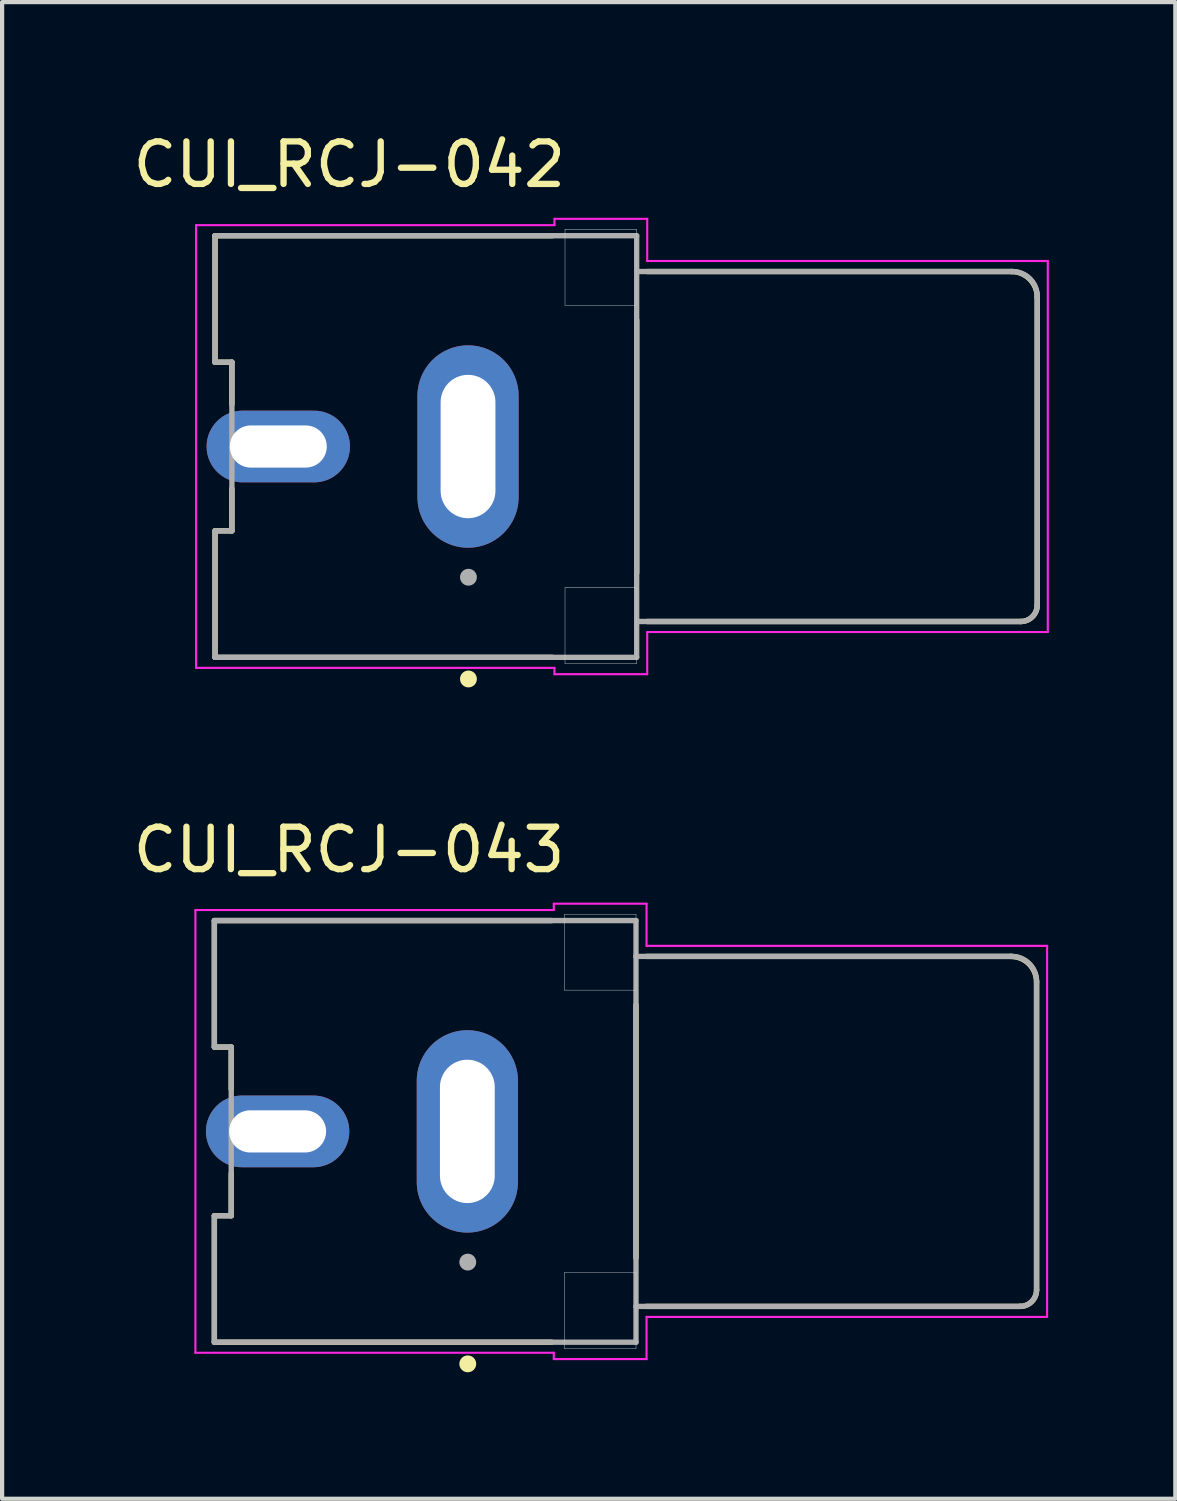
<source format=kicad_pcb>
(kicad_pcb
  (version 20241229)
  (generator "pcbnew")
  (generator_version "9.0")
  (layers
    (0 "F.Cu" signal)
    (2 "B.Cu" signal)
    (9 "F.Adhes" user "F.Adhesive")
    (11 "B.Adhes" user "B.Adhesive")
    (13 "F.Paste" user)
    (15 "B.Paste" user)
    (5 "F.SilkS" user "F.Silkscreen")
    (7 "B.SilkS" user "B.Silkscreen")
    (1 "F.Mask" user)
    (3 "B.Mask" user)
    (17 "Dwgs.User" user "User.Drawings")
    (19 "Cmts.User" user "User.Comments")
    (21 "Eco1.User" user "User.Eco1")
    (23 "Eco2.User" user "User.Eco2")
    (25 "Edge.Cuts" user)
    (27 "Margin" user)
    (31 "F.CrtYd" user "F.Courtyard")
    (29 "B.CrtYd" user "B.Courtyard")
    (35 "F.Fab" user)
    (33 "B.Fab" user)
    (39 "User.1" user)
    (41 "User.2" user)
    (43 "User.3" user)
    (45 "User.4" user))
  (footprint "CUI_RCJ-042"
    (layer "F.Cu")
    (at 12.05 7.54)
    (property "Reference" "CUI_RCJ-042" (at -6.815 -6.687 0) (layer "F.SilkS") (effects (font (size 1.008 1.008) (thickness 0.15))))
    (attr through_hole)
    (fp_line (start -10 -5) (end -2 -5) (stroke (width 0.127) (type solid)) (layer "F.SilkS"))
    (fp_line (start -10 -2) (end -10 -5) (stroke (width 0.127) (type solid)) (layer "F.SilkS"))
    (fp_line (start -10 2) (end -9.6 2) (stroke (width 0.127) (type solid)) (layer "F.SilkS"))
    (fp_line (start -10 5) (end -10 2) (stroke (width 0.127) (type solid)) (layer "F.SilkS"))
    (fp_line (start -10 5) (end -2 5) (stroke (width 0.127) (type solid)) (layer "F.SilkS"))
    (fp_line (start -9.6 -2) (end -10 -2) (stroke (width 0.127) (type solid)) (layer "F.SilkS"))
    (fp_line (start -9.6 -1) (end -9.6 -2) (stroke (width 0.127) (type solid)) (layer "F.SilkS"))
    (fp_line (start -9.6 2) (end -9.6 1) (stroke (width 0.127) (type solid)) (layer "F.SilkS"))
    (fp_line (start 0 3) (end 0 -3) (stroke (width 0.127) (type solid)) (layer "F.SilkS"))
    (fp_line (start 0.25 -4.15) (end 8.89 -4.15) (stroke (width 0.127) (type solid)) (layer "F.SilkS"))
    (fp_line (start 9.11 4.15) (end 0.25 4.15) (stroke (width 0.127) (type solid)) (layer "F.SilkS"))
    (fp_line (start 9.5 -3.54) (end 9.5 3.76) (stroke (width 0.127) (type solid)) (layer "F.SilkS"))
    (fp_arc (start 8.89 -4.15) (mid 9.321335 -3.971335) (end 9.5 -3.54) (stroke (width 0.127) (type solid)) (layer "F.SilkS"))
    (fp_arc (start 9.5 3.76) (mid 9.385772 4.035772) (end 9.11 4.15) (stroke (width 0.127) (type solid)) (layer "F.SilkS"))
    (fp_circle (center -3.99 5.513) (end -3.89 5.513) (stroke (width 0.2) (type solid)) (fill no) (layer "F.SilkS"))
    (fp_line (start -1.7 -5.15) (end -1.7 -3.35) (stroke (width 0.01) (type solid)) (layer "Edge.Cuts"))
    (fp_line (start -1.7 -3.35) (end 0 -3.35) (stroke (width 0.01) (type solid)) (layer "Edge.Cuts"))
    (fp_line (start -1.7 3.35) (end -1.7 5.15) (stroke (width 0.01) (type solid)) (layer "Edge.Cuts"))
    (fp_line (start -1.7 5.15) (end 0 5.15) (stroke (width 0.01) (type solid)) (layer "Edge.Cuts"))
    (fp_line (start 0 -5.15) (end -1.7 -5.15) (stroke (width 0.01) (type solid)) (layer "Edge.Cuts"))
    (fp_line (start 0 -3.35) (end 0 -5.15) (stroke (width 0.01) (type solid)) (layer "Edge.Cuts"))
    (fp_line (start 0 3.35) (end -1.7 3.35) (stroke (width 0.01) (type solid)) (layer "Edge.Cuts"))
    (fp_line (start 0 5.15) (end 0 3.35) (stroke (width 0.01) (type solid)) (layer "Edge.Cuts"))
    (fp_line (start -10.45 -5.25) (end -10.45 5.25) (stroke (width 0.05) (type solid)) (layer "F.CrtYd"))
    (fp_line (start -10.45 5.25) (end -1.95 5.25) (stroke (width 0.05) (type solid)) (layer "F.CrtYd"))
    (fp_line (start -1.95 -5.4) (end -1.95 -5.25) (stroke (width 0.05) (type solid)) (layer "F.CrtYd"))
    (fp_line (start -1.95 -5.25) (end -10.45 -5.25) (stroke (width 0.05) (type solid)) (layer "F.CrtYd"))
    (fp_line (start -1.95 5.25) (end -1.95 5.4) (stroke (width 0.05) (type solid)) (layer "F.CrtYd"))
    (fp_line (start -1.95 5.4) (end 0.25 5.4) (stroke (width 0.05) (type solid)) (layer "F.CrtYd"))
    (fp_line (start 0.25 -5.4) (end -1.95 -5.4) (stroke (width 0.05) (type solid)) (layer "F.CrtYd"))
    (fp_line (start 0.25 -4.4) (end 0.25 -5.4) (stroke (width 0.05) (type solid)) (layer "F.CrtYd"))
    (fp_line (start 0.25 4.4) (end 9.75 4.4) (stroke (width 0.05) (type solid)) (layer "F.CrtYd"))
    (fp_line (start 0.25 5.4) (end 0.25 4.4) (stroke (width 0.05) (type solid)) (layer "F.CrtYd"))
    (fp_line (start 9.75 -4.4) (end 0.25 -4.4) (stroke (width 0.05) (type solid)) (layer "F.CrtYd"))
    (fp_line (start 9.75 4.4) (end 9.75 -4.4) (stroke (width 0.05) (type solid)) (layer "F.CrtYd"))
    (fp_line (start -10 -5) (end 0 -5) (stroke (width 0.127) (type solid)) (layer "F.Fab"))
    (fp_line (start -10 -2) (end -10 -5) (stroke (width 0.127) (type solid)) (layer "F.Fab"))
    (fp_line (start -10 2) (end -9.6 2) (stroke (width 0.127) (type solid)) (layer "F.Fab"))
    (fp_line (start -10 5) (end -10 2) (stroke (width 0.127) (type solid)) (layer "F.Fab"))
    (fp_line (start -9.6 -2) (end -10 -2) (stroke (width 0.127) (type solid)) (layer "F.Fab"))
    (fp_line (start -9.6 2) (end -9.6 -2) (stroke (width 0.127) (type solid)) (layer "F.Fab"))
    (fp_line (start 0 -5) (end 0 -4.15) (stroke (width 0.127) (type solid)) (layer "F.Fab"))
    (fp_line (start 0 -4.15) (end 0 4.15) (stroke (width 0.127) (type solid)) (layer "F.Fab"))
    (fp_line (start 0 -4.15) (end 8.91 -4.15) (stroke (width 0.127) (type solid)) (layer "F.Fab"))
    (fp_line (start 0 4.15) (end 0 5) (stroke (width 0.127) (type solid)) (layer "F.Fab"))
    (fp_line (start 0 5) (end -10 5) (stroke (width 0.127) (type solid)) (layer "F.Fab"))
    (fp_line (start 9.11 4.15) (end 0 4.15) (stroke (width 0.127) (type solid)) (layer "F.Fab"))
    (fp_line (start 9.5 -3.56) (end 9.5 3.76) (stroke (width 0.127) (type solid)) (layer "F.Fab"))
    (fp_arc (start 8.91 -4.15) (mid 9.327193 -3.977193) (end 9.5 -3.56) (stroke (width 0.127) (type solid)) (layer "F.Fab"))
    (fp_arc (start 9.5 3.76) (mid 9.385772 4.035772) (end 9.11 4.15) (stroke (width 0.127) (type solid)) (layer "F.Fab"))
    (fp_circle (center -3.99 3.1) (end -3.89 3.1) (stroke (width 0.2) (type solid)) (fill no) (layer "F.Fab"))
    (pad "1" thru_hole oval (at -4 0) (size 2.4 4.8) (drill oval 1.3 3.4) (layers "*.Cu" "*.Mask"))
    (pad "2" thru_hole oval (at -8.5 0) (size 3.4 1.7) (drill oval 2.3 1) (layers "*.Cu" "*.Mask")))
  (footprint "CUI_RCJ-043"
    (layer "F.Cu")
    (at 12.034 23.783)
    (property "Reference" "CUI_RCJ-043" (at -6.806 -6.678 0) (layer "F.SilkS") (effects (font (size 1.006 1.006) (thickness 0.15))))
    (attr through_hole)
    (fp_line (start -10 -5) (end -2 -5) (stroke (width 0.127) (type solid)) (layer "F.SilkS"))
    (fp_line (start -10 -2) (end -10 -5) (stroke (width 0.127) (type solid)) (layer "F.SilkS"))
    (fp_line (start -10 2) (end -9.6 2) (stroke (width 0.127) (type solid)) (layer "F.SilkS"))
    (fp_line (start -10 5) (end -10 2) (stroke (width 0.127) (type solid)) (layer "F.SilkS"))
    (fp_line (start -10 5) (end -2 5) (stroke (width 0.127) (type solid)) (layer "F.SilkS"))
    (fp_line (start -9.6 -2) (end -10 -2) (stroke (width 0.127) (type solid)) (layer "F.SilkS"))
    (fp_line (start -9.6 -1) (end -9.6 -2) (stroke (width 0.127) (type solid)) (layer "F.SilkS"))
    (fp_line (start -9.6 2) (end -9.6 1) (stroke (width 0.127) (type solid)) (layer "F.SilkS"))
    (fp_line (start 0 3) (end 0 -3) (stroke (width 0.127) (type solid)) (layer "F.SilkS"))
    (fp_line (start 0.25 -4.15) (end 8.89 -4.15) (stroke (width 0.127) (type solid)) (layer "F.SilkS"))
    (fp_line (start 9.11 4.15) (end 0.25 4.15) (stroke (width 0.127) (type solid)) (layer "F.SilkS"))
    (fp_line (start 9.5 -3.54) (end 9.5 3.76) (stroke (width 0.127) (type solid)) (layer "F.SilkS"))
    (fp_arc (start 8.89 -4.15) (mid 9.321335 -3.971335) (end 9.5 -3.54) (stroke (width 0.127) (type solid)) (layer "F.SilkS"))
    (fp_arc (start 9.5 3.76) (mid 9.385772 4.035772) (end 9.11 4.15) (stroke (width 0.127) (type solid)) (layer "F.SilkS"))
    (fp_circle (center -3.99 5.513) (end -3.89 5.513) (stroke (width 0.2) (type solid)) (fill no) (layer "F.SilkS"))
    (fp_line (start -1.7 -5.15) (end -1.7 -3.35) (stroke (width 0.01) (type solid)) (layer "Edge.Cuts"))
    (fp_line (start -1.7 -3.35) (end 0 -3.35) (stroke (width 0.01) (type solid)) (layer "Edge.Cuts"))
    (fp_line (start -1.7 3.35) (end -1.7 5.15) (stroke (width 0.01) (type solid)) (layer "Edge.Cuts"))
    (fp_line (start -1.7 5.15) (end 0 5.15) (stroke (width 0.01) (type solid)) (layer "Edge.Cuts"))
    (fp_line (start 0 -5.15) (end -1.7 -5.15) (stroke (width 0.01) (type solid)) (layer "Edge.Cuts"))
    (fp_line (start 0 -3.35) (end 0 -5.15) (stroke (width 0.01) (type solid)) (layer "Edge.Cuts"))
    (fp_line (start 0 3.35) (end -1.7 3.35) (stroke (width 0.01) (type solid)) (layer "Edge.Cuts"))
    (fp_line (start 0 5.15) (end 0 3.35) (stroke (width 0.01) (type solid)) (layer "Edge.Cuts"))
    (fp_line (start -10.45 -5.25) (end -10.45 5.25) (stroke (width 0.05) (type solid)) (layer "F.CrtYd"))
    (fp_line (start -10.45 5.25) (end -1.95 5.25) (stroke (width 0.05) (type solid)) (layer "F.CrtYd"))
    (fp_line (start -1.95 -5.4) (end -1.95 -5.25) (stroke (width 0.05) (type solid)) (layer "F.CrtYd"))
    (fp_line (start -1.95 -5.25) (end -10.45 -5.25) (stroke (width 0.05) (type solid)) (layer "F.CrtYd"))
    (fp_line (start -1.95 5.25) (end -1.95 5.4) (stroke (width 0.05) (type solid)) (layer "F.CrtYd"))
    (fp_line (start -1.95 5.4) (end 0.25 5.4) (stroke (width 0.05) (type solid)) (layer "F.CrtYd"))
    (fp_line (start 0.25 -5.4) (end -1.95 -5.4) (stroke (width 0.05) (type solid)) (layer "F.CrtYd"))
    (fp_line (start 0.25 -4.4) (end 0.25 -5.4) (stroke (width 0.05) (type solid)) (layer "F.CrtYd"))
    (fp_line (start 0.25 4.4) (end 9.75 4.4) (stroke (width 0.05) (type solid)) (layer "F.CrtYd"))
    (fp_line (start 0.25 5.4) (end 0.25 4.4) (stroke (width 0.05) (type solid)) (layer "F.CrtYd"))
    (fp_line (start 9.75 -4.4) (end 0.25 -4.4) (stroke (width 0.05) (type solid)) (layer "F.CrtYd"))
    (fp_line (start 9.75 4.4) (end 9.75 -4.4) (stroke (width 0.05) (type solid)) (layer "F.CrtYd"))
    (fp_line (start -10 -5) (end 0 -5) (stroke (width 0.127) (type solid)) (layer "F.Fab"))
    (fp_line (start -10 -2) (end -10 -5) (stroke (width 0.127) (type solid)) (layer "F.Fab"))
    (fp_line (start -10 2) (end -9.6 2) (stroke (width 0.127) (type solid)) (layer "F.Fab"))
    (fp_line (start -10 5) (end -10 2) (stroke (width 0.127) (type solid)) (layer "F.Fab"))
    (fp_line (start -9.6 -2) (end -10 -2) (stroke (width 0.127) (type solid)) (layer "F.Fab"))
    (fp_line (start -9.6 2) (end -9.6 -2) (stroke (width 0.127) (type solid)) (layer "F.Fab"))
    (fp_line (start 0 -5) (end 0 -4.15) (stroke (width 0.127) (type solid)) (layer "F.Fab"))
    (fp_line (start 0 -4.15) (end 0 4.15) (stroke (width 0.127) (type solid)) (layer "F.Fab"))
    (fp_line (start 0 -4.15) (end 8.91 -4.15) (stroke (width 0.127) (type solid)) (layer "F.Fab"))
    (fp_line (start 0 4.15) (end 0 5) (stroke (width 0.127) (type solid)) (layer "F.Fab"))
    (fp_line (start 0 5) (end -10 5) (stroke (width 0.127) (type solid)) (layer "F.Fab"))
    (fp_line (start 9.11 4.15) (end 0 4.15) (stroke (width 0.127) (type solid)) (layer "F.Fab"))
    (fp_line (start 9.5 -3.56) (end 9.5 3.76) (stroke (width 0.127) (type solid)) (layer "F.Fab"))
    (fp_arc (start 8.91 -4.15) (mid 9.327193 -3.977193) (end 9.5 -3.56) (stroke (width 0.127) (type solid)) (layer "F.Fab"))
    (fp_arc (start 9.5 3.76) (mid 9.385772 4.035772) (end 9.11 4.15) (stroke (width 0.127) (type solid)) (layer "F.Fab"))
    (fp_circle (center -3.99 3.1) (end -3.89 3.1) (stroke (width 0.2) (type solid)) (fill no) (layer "F.Fab"))
    (pad "1" thru_hole oval (at -4 0) (size 2.4 4.8) (drill oval 1.3 3.4) (layers "*.Cu" "*.Mask"))
    (pad "2" thru_hole oval (at -8.5 0) (size 3.4 1.7) (drill oval 2.3 1) (layers "*.Cu" "*.Mask")))
  (gr_rect
    (start -3 -3)
    (end 24.825 32.496)
    (stroke (width 0.1) (type default))
    (fill no)
    (layer "Edge.Cuts")))
</source>
